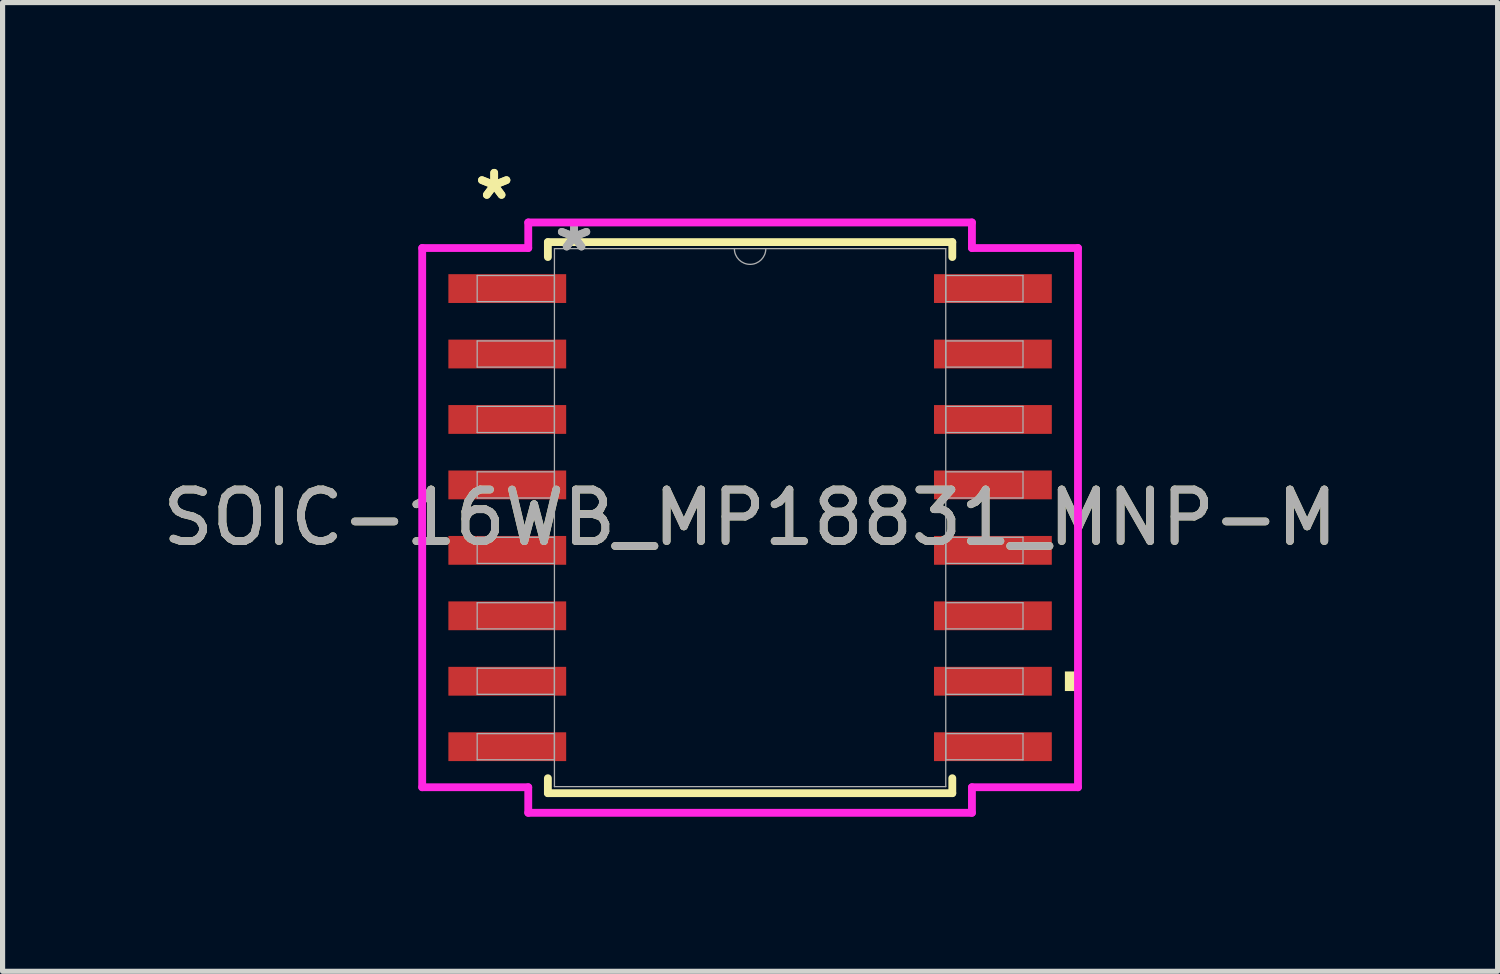
<source format=kicad_pcb>
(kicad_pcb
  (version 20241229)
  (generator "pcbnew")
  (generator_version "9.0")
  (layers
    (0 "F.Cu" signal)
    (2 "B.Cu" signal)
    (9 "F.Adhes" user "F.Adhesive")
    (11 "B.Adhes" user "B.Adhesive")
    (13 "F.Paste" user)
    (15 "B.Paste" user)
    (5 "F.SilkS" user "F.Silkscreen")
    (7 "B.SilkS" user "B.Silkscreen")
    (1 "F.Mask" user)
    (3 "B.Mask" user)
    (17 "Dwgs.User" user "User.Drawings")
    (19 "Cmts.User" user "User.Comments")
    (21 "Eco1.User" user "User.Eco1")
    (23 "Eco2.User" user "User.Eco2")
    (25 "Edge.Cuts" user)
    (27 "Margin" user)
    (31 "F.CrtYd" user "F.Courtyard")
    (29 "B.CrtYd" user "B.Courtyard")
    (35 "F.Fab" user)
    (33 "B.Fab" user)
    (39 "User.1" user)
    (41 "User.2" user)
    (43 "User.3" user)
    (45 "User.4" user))
  (footprint "SOIC-16WB_MP18831_MNP-M"
    (layer "F.Cu")
    (at 11.506 6.995)
    (property "Reference" "SOIC-16WB_MP18831_MNP-M" (at 0 0 0) (unlocked yes) (layer "F.SilkS") (effects (font (size 1 1) (thickness 0.15))))
    (attr smd)
    (fp_line (start -3.924 -5.347) (end -3.924 -5.057) (stroke (width 0.152) (type solid)) (layer "F.SilkS"))
    (fp_line (start -3.924 5.057) (end -3.924 5.347) (stroke (width 0.152) (type solid)) (layer "F.SilkS"))
    (fp_line (start -3.924 5.347) (end 3.924 5.347) (stroke (width 0.152) (type solid)) (layer "F.SilkS"))
    (fp_line (start 3.924 -5.347) (end -3.924 -5.347) (stroke (width 0.152) (type solid)) (layer "F.SilkS"))
    (fp_line (start 3.924 -5.057) (end 3.924 -5.347) (stroke (width 0.152) (type solid)) (layer "F.SilkS"))
    (fp_line (start 3.924 5.347) (end 3.924 5.057) (stroke (width 0.152) (type solid)) (layer "F.SilkS"))
    (fp_poly (pts (xy 6.363 2.985) (xy 6.363 3.365) (xy 6.109 3.365) (xy 6.109 2.985)) (stroke (width 0) (type solid)) (fill yes) (layer "F.SilkS"))
    (fp_line (start -6.363 -5.232) (end -4.305 -5.232) (stroke (width 0.152) (type solid)) (layer "F.CrtYd"))
    (fp_line (start -6.363 5.232) (end -6.363 -5.232) (stroke (width 0.152) (type solid)) (layer "F.CrtYd"))
    (fp_line (start -6.363 5.232) (end -4.305 5.232) (stroke (width 0.152) (type solid)) (layer "F.CrtYd"))
    (fp_line (start -4.305 -5.728) (end 4.305 -5.728) (stroke (width 0.152) (type solid)) (layer "F.CrtYd"))
    (fp_line (start -4.305 -5.232) (end -4.305 -5.728) (stroke (width 0.152) (type solid)) (layer "F.CrtYd"))
    (fp_line (start -4.305 5.728) (end -4.305 5.232) (stroke (width 0.152) (type solid)) (layer "F.CrtYd"))
    (fp_line (start 4.305 -5.728) (end 4.305 -5.232) (stroke (width 0.152) (type solid)) (layer "F.CrtYd"))
    (fp_line (start 4.305 5.232) (end 4.305 5.728) (stroke (width 0.152) (type solid)) (layer "F.CrtYd"))
    (fp_line (start 4.305 5.728) (end -4.305 5.728) (stroke (width 0.152) (type solid)) (layer "F.CrtYd"))
    (fp_line (start 6.363 -5.232) (end 4.305 -5.232) (stroke (width 0.152) (type solid)) (layer "F.CrtYd"))
    (fp_line (start 6.363 -5.232) (end 6.363 5.232) (stroke (width 0.152) (type solid)) (layer "F.CrtYd"))
    (fp_line (start 6.363 5.232) (end 4.305 5.232) (stroke (width 0.152) (type solid)) (layer "F.CrtYd"))
    (fp_line (start -5.296 -4.699) (end -5.296 -4.191) (stroke (width 0.025) (type solid)) (layer "F.Fab"))
    (fp_line (start -5.296 -4.191) (end -3.797 -4.191) (stroke (width 0.025) (type solid)) (layer "F.Fab"))
    (fp_line (start -5.296 -3.429) (end -5.296 -2.921) (stroke (width 0.025) (type solid)) (layer "F.Fab"))
    (fp_line (start -5.296 -2.921) (end -3.797 -2.921) (stroke (width 0.025) (type solid)) (layer "F.Fab"))
    (fp_line (start -5.296 -2.159) (end -5.296 -1.651) (stroke (width 0.025) (type solid)) (layer "F.Fab"))
    (fp_line (start -5.296 -1.651) (end -3.797 -1.651) (stroke (width 0.025) (type solid)) (layer "F.Fab"))
    (fp_line (start -5.296 -0.889) (end -5.296 -0.381) (stroke (width 0.025) (type solid)) (layer "F.Fab"))
    (fp_line (start -5.296 -0.381) (end -3.797 -0.381) (stroke (width 0.025) (type solid)) (layer "F.Fab"))
    (fp_line (start -5.296 0.381) (end -5.296 0.889) (stroke (width 0.025) (type solid)) (layer "F.Fab"))
    (fp_line (start -5.296 0.889) (end -3.797 0.889) (stroke (width 0.025) (type solid)) (layer "F.Fab"))
    (fp_line (start -5.296 1.651) (end -5.296 2.159) (stroke (width 0.025) (type solid)) (layer "F.Fab"))
    (fp_line (start -5.296 2.159) (end -3.797 2.159) (stroke (width 0.025) (type solid)) (layer "F.Fab"))
    (fp_line (start -5.296 2.921) (end -5.296 3.429) (stroke (width 0.025) (type solid)) (layer "F.Fab"))
    (fp_line (start -5.296 3.429) (end -3.797 3.429) (stroke (width 0.025) (type solid)) (layer "F.Fab"))
    (fp_line (start -5.296 4.191) (end -5.296 4.699) (stroke (width 0.025) (type solid)) (layer "F.Fab"))
    (fp_line (start -5.296 4.699) (end -3.797 4.699) (stroke (width 0.025) (type solid)) (layer "F.Fab"))
    (fp_line (start -3.797 -5.22) (end -3.797 5.22) (stroke (width 0.025) (type solid)) (layer "F.Fab"))
    (fp_line (start -3.797 -4.699) (end -5.296 -4.699) (stroke (width 0.025) (type solid)) (layer "F.Fab"))
    (fp_line (start -3.797 -4.191) (end -3.797 -4.699) (stroke (width 0.025) (type solid)) (layer "F.Fab"))
    (fp_line (start -3.797 -3.429) (end -5.296 -3.429) (stroke (width 0.025) (type solid)) (layer "F.Fab"))
    (fp_line (start -3.797 -2.921) (end -3.797 -3.429) (stroke (width 0.025) (type solid)) (layer "F.Fab"))
    (fp_line (start -3.797 -2.159) (end -5.296 -2.159) (stroke (width 0.025) (type solid)) (layer "F.Fab"))
    (fp_line (start -3.797 -1.651) (end -3.797 -2.159) (stroke (width 0.025) (type solid)) (layer "F.Fab"))
    (fp_line (start -3.797 -0.889) (end -5.296 -0.889) (stroke (width 0.025) (type solid)) (layer "F.Fab"))
    (fp_line (start -3.797 -0.381) (end -3.797 -0.889) (stroke (width 0.025) (type solid)) (layer "F.Fab"))
    (fp_line (start -3.797 0.381) (end -5.296 0.381) (stroke (width 0.025) (type solid)) (layer "F.Fab"))
    (fp_line (start -3.797 0.889) (end -3.797 0.381) (stroke (width 0.025) (type solid)) (layer "F.Fab"))
    (fp_line (start -3.797 1.651) (end -5.296 1.651) (stroke (width 0.025) (type solid)) (layer "F.Fab"))
    (fp_line (start -3.797 2.159) (end -3.797 1.651) (stroke (width 0.025) (type solid)) (layer "F.Fab"))
    (fp_line (start -3.797 2.921) (end -5.296 2.921) (stroke (width 0.025) (type solid)) (layer "F.Fab"))
    (fp_line (start -3.797 3.429) (end -3.797 2.921) (stroke (width 0.025) (type solid)) (layer "F.Fab"))
    (fp_line (start -3.797 4.191) (end -5.296 4.191) (stroke (width 0.025) (type solid)) (layer "F.Fab"))
    (fp_line (start -3.797 4.699) (end -3.797 4.191) (stroke (width 0.025) (type solid)) (layer "F.Fab"))
    (fp_line (start -3.797 5.22) (end 3.797 5.22) (stroke (width 0.025) (type solid)) (layer "F.Fab"))
    (fp_line (start 3.797 -5.22) (end -3.797 -5.22) (stroke (width 0.025) (type solid)) (layer "F.Fab"))
    (fp_line (start 3.797 -4.699) (end 3.797 -4.191) (stroke (width 0.025) (type solid)) (layer "F.Fab"))
    (fp_line (start 3.797 -4.191) (end 5.296 -4.191) (stroke (width 0.025) (type solid)) (layer "F.Fab"))
    (fp_line (start 3.797 -3.429) (end 3.797 -2.921) (stroke (width 0.025) (type solid)) (layer "F.Fab"))
    (fp_line (start 3.797 -2.921) (end 5.296 -2.921) (stroke (width 0.025) (type solid)) (layer "F.Fab"))
    (fp_line (start 3.797 -2.159) (end 3.797 -1.651) (stroke (width 0.025) (type solid)) (layer "F.Fab"))
    (fp_line (start 3.797 -1.651) (end 5.296 -1.651) (stroke (width 0.025) (type solid)) (layer "F.Fab"))
    (fp_line (start 3.797 -0.889) (end 3.797 -0.381) (stroke (width 0.025) (type solid)) (layer "F.Fab"))
    (fp_line (start 3.797 -0.381) (end 5.296 -0.381) (stroke (width 0.025) (type solid)) (layer "F.Fab"))
    (fp_line (start 3.797 0.381) (end 3.797 0.889) (stroke (width 0.025) (type solid)) (layer "F.Fab"))
    (fp_line (start 3.797 0.889) (end 5.296 0.889) (stroke (width 0.025) (type solid)) (layer "F.Fab"))
    (fp_line (start 3.797 1.651) (end 3.797 2.159) (stroke (width 0.025) (type solid)) (layer "F.Fab"))
    (fp_line (start 3.797 2.159) (end 5.296 2.159) (stroke (width 0.025) (type solid)) (layer "F.Fab"))
    (fp_line (start 3.797 2.921) (end 3.797 3.429) (stroke (width 0.025) (type solid)) (layer "F.Fab"))
    (fp_line (start 3.797 3.429) (end 5.296 3.429) (stroke (width 0.025) (type solid)) (layer "F.Fab"))
    (fp_line (start 3.797 4.191) (end 3.797 4.699) (stroke (width 0.025) (type solid)) (layer "F.Fab"))
    (fp_line (start 3.797 4.699) (end 5.296 4.699) (stroke (width 0.025) (type solid)) (layer "F.Fab"))
    (fp_line (start 3.797 5.22) (end 3.797 -5.22) (stroke (width 0.025) (type solid)) (layer "F.Fab"))
    (fp_line (start 5.296 -4.699) (end 3.797 -4.699) (stroke (width 0.025) (type solid)) (layer "F.Fab"))
    (fp_line (start 5.296 -4.191) (end 5.296 -4.699) (stroke (width 0.025) (type solid)) (layer "F.Fab"))
    (fp_line (start 5.296 -3.429) (end 3.797 -3.429) (stroke (width 0.025) (type solid)) (layer "F.Fab"))
    (fp_line (start 5.296 -2.921) (end 5.296 -3.429) (stroke (width 0.025) (type solid)) (layer "F.Fab"))
    (fp_line (start 5.296 -2.159) (end 3.797 -2.159) (stroke (width 0.025) (type solid)) (layer "F.Fab"))
    (fp_line (start 5.296 -1.651) (end 5.296 -2.159) (stroke (width 0.025) (type solid)) (layer "F.Fab"))
    (fp_line (start 5.296 -0.889) (end 3.797 -0.889) (stroke (width 0.025) (type solid)) (layer "F.Fab"))
    (fp_line (start 5.296 -0.381) (end 5.296 -0.889) (stroke (width 0.025) (type solid)) (layer "F.Fab"))
    (fp_line (start 5.296 0.381) (end 3.797 0.381) (stroke (width 0.025) (type solid)) (layer "F.Fab"))
    (fp_line (start 5.296 0.889) (end 5.296 0.381) (stroke (width 0.025) (type solid)) (layer "F.Fab"))
    (fp_line (start 5.296 1.651) (end 3.797 1.651) (stroke (width 0.025) (type solid)) (layer "F.Fab"))
    (fp_line (start 5.296 2.159) (end 5.296 1.651) (stroke (width 0.025) (type solid)) (layer "F.Fab"))
    (fp_line (start 5.296 2.921) (end 3.797 2.921) (stroke (width 0.025) (type solid)) (layer "F.Fab"))
    (fp_line (start 5.296 3.429) (end 5.296 2.921) (stroke (width 0.025) (type solid)) (layer "F.Fab"))
    (fp_line (start 5.296 4.191) (end 3.797 4.191) (stroke (width 0.025) (type solid)) (layer "F.Fab"))
    (fp_line (start 5.296 4.699) (end 5.296 4.191) (stroke (width 0.025) (type solid)) (layer "F.Fab"))
    (fp_arc (start 0.3048 -5.2197) (mid 0 -4.9149) (end -0.3048 -5.2197) (stroke (width 0.0254) (type solid)) (layer "F.Fab"))
    (fp_text user "*" (at -4.966 -6.147 0) (layer "F.SilkS") (effects (font (size 1 1) (thickness 0.15))))
    (fp_text user "*" (at -4.966 -6.147 0) (unlocked yes) (layer "F.SilkS") (effects (font (size 1 1) (thickness 0.15))))
    (fp_text user "*" (at -3.416 -5.144 0) (unlocked yes) (layer "F.Fab") (effects (font (size 1 1) (thickness 0.15))))
    (fp_text user "${REFERENCE}" (at 0 0 0) (unlocked yes) (layer "F.Fab") (effects (font (size 1 1) (thickness 0.15))))
    (fp_text user "*" (at -3.416 -5.144 0) (layer "F.Fab") (effects (font (size 1 1) (thickness 0.15))))
    (pad "1" smd rect (at -4.712 -4.445) (size 2.286 0.559) (layers "F.Cu" "F.Mask" "F.Paste"))
    (pad "2" smd rect (at -4.712 -3.175) (size 2.286 0.559) (layers "F.Cu" "F.Mask" "F.Paste"))
    (pad "3" smd rect (at -4.712 -1.905) (size 2.286 0.559) (layers "F.Cu" "F.Mask" "F.Paste"))
    (pad "4" smd rect (at -4.712 -0.635) (size 2.286 0.559) (layers "F.Cu" "F.Mask" "F.Paste"))
    (pad "5" smd rect (at -4.712 0.635) (size 2.286 0.559) (layers "F.Cu" "F.Mask" "F.Paste"))
    (pad "6" smd rect (at -4.712 1.905) (size 2.286 0.559) (layers "F.Cu" "F.Mask" "F.Paste"))
    (pad "7" smd rect (at -4.712 3.175) (size 2.286 0.559) (layers "F.Cu" "F.Mask" "F.Paste"))
    (pad "8" smd rect (at -4.712 4.445) (size 2.286 0.559) (layers "F.Cu" "F.Mask" "F.Paste"))
    (pad "9" smd rect (at 4.712 4.445) (size 2.286 0.559) (layers "F.Cu" "F.Mask" "F.Paste"))
    (pad "10" smd rect (at 4.712 3.175) (size 2.286 0.559) (layers "F.Cu" "F.Mask" "F.Paste"))
    (pad "11" smd rect (at 4.712 1.905) (size 2.286 0.559) (layers "F.Cu" "F.Mask" "F.Paste"))
    (pad "12" smd rect (at 4.712 0.635) (size 2.286 0.559) (layers "F.Cu" "F.Mask" "F.Paste"))
    (pad "13" smd rect (at 4.712 -0.635) (size 2.286 0.559) (layers "F.Cu" "F.Mask" "F.Paste"))
    (pad "14" smd rect (at 4.712 -1.905) (size 2.286 0.559) (layers "F.Cu" "F.Mask" "F.Paste"))
    (pad "15" smd rect (at 4.712 -3.175) (size 2.286 0.559) (layers "F.Cu" "F.Mask" "F.Paste"))
    (pad "16" smd rect (at 4.712 -4.445) (size 2.286 0.559) (layers "F.Cu" "F.Mask" "F.Paste")))
  (gr_rect
    (start -3 -3)
    (end 26.012 15.799)
    (stroke (width 0.1) (type default))
    (fill no)
    (layer "Edge.Cuts")))
</source>
